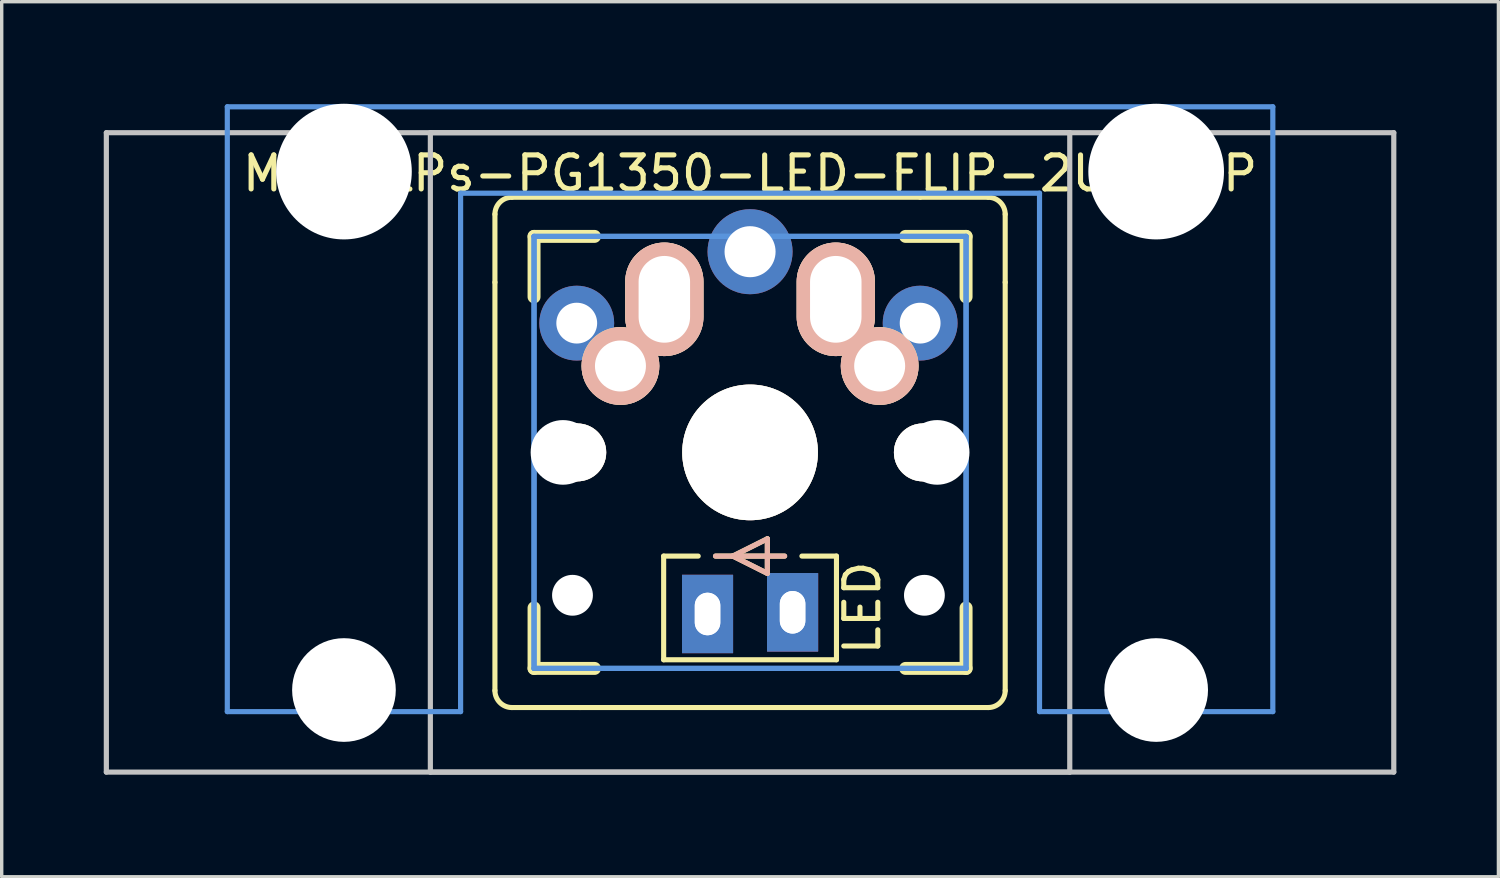
<source format=kicad_pcb>
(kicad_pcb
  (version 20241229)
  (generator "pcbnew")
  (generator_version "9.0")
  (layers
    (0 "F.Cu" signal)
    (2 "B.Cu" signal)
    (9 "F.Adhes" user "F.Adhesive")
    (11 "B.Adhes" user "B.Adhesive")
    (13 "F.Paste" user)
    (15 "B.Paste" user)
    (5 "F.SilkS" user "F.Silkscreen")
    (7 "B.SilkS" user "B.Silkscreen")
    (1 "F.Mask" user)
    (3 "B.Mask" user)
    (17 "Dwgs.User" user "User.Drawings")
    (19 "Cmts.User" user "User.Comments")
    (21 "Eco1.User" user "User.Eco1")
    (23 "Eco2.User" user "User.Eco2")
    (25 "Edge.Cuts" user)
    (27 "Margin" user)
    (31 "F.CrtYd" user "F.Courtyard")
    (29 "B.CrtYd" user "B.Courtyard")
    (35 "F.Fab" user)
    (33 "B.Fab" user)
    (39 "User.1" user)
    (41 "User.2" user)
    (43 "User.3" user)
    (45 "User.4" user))
  (footprint "MX-ALPs-PG1350-LED-FLIP-2U-FLIP"
    (layer "F.Cu")
    (at 18.999 10.249)
    (property "Reference" "MX-ALPs-PG1350-LED-FLIP-2U-FLIP" (at 0 -8.2 0) (layer "F.SilkS") (effects (font (size 1 1) (thickness 0.15))))
    (attr through_hole)
    (fp_line (start -7.5 -7) (end -7.5 -5) (stroke (width 0.15) (type solid)) (layer "F.SilkS"))
    (fp_line (start -7.5 7) (end -7.5 -5) (stroke (width 0.15) (type solid)) (layer "F.SilkS"))
    (fp_line (start -7 -7.5) (end 5 -7.5) (stroke (width 0.15) (type solid)) (layer "F.SilkS"))
    (fp_line (start -7 7.5) (end -5 7.5) (stroke (width 0.15) (type solid)) (layer "F.SilkS"))
    (fp_line (start -6.35 -6.35) (end -4.572 -6.35) (stroke (width 0.381) (type solid)) (layer "F.SilkS"))
    (fp_line (start -6.35 -4.572) (end -6.35 -6.35) (stroke (width 0.381) (type solid)) (layer "F.SilkS"))
    (fp_line (start -6.35 6.35) (end -6.35 4.572) (stroke (width 0.381) (type solid)) (layer "F.SilkS"))
    (fp_line (start -4.572 6.35) (end -6.35 6.35) (stroke (width 0.381) (type solid)) (layer "F.SilkS"))
    (fp_line (start -2.54 3.048) (end -2.54 6.096) (stroke (width 0.15) (type solid)) (layer "F.SilkS"))
    (fp_line (start -2.54 3.048) (end -1.524 3.048) (stroke (width 0.15) (type solid)) (layer "F.SilkS"))
    (fp_line (start -2.54 6.096) (end 2.54 6.096) (stroke (width 0.15) (type solid)) (layer "F.SilkS"))
    (fp_line (start -1.016 3.048) (end 1.016 3.048) (stroke (width 0.15) (type solid)) (layer "F.SilkS"))
    (fp_line (start -0.508 3.048) (end 0.508 2.54) (stroke (width 0.15) (type solid)) (layer "F.SilkS"))
    (fp_line (start 0.508 2.54) (end 0.508 3.556) (stroke (width 0.15) (type solid)) (layer "F.SilkS"))
    (fp_line (start 0.508 3.556) (end -0.508 3.048) (stroke (width 0.15) (type solid)) (layer "F.SilkS"))
    (fp_line (start 1.524 3.048) (end 2.54 3.048) (stroke (width 0.15) (type solid)) (layer "F.SilkS"))
    (fp_line (start 2.54 3.048) (end 2.54 6.096) (stroke (width 0.15) (type solid)) (layer "F.SilkS"))
    (fp_line (start 4.572 -6.35) (end 6.35 -6.35) (stroke (width 0.381) (type solid)) (layer "F.SilkS"))
    (fp_line (start 6.35 -6.35) (end 6.35 -4.572) (stroke (width 0.381) (type solid)) (layer "F.SilkS"))
    (fp_line (start 6.35 4.572) (end 6.35 6.35) (stroke (width 0.381) (type solid)) (layer "F.SilkS"))
    (fp_line (start 6.35 6.35) (end 4.572 6.35) (stroke (width 0.381) (type solid)) (layer "F.SilkS"))
    (fp_line (start 7 -7.5) (end 5 -7.5) (stroke (width 0.15) (type solid)) (layer "F.SilkS"))
    (fp_line (start 7 7.5) (end -5 7.5) (stroke (width 0.15) (type solid)) (layer "F.SilkS"))
    (fp_line (start 7.5 -7) (end 7.5 -5) (stroke (width 0.15) (type solid)) (layer "F.SilkS"))
    (fp_line (start 7.5 7) (end 7.5 -5) (stroke (width 0.15) (type solid)) (layer "F.SilkS"))
    (fp_arc (start -7.5 -7) (mid -7.353553 -7.353553) (end -7 -7.5) (stroke (width 0.15) (type solid)) (layer "F.SilkS"))
    (fp_arc (start -7 7.5) (mid -7.353553 7.353553) (end -7.5 7) (stroke (width 0.15) (type solid)) (layer "F.SilkS"))
    (fp_arc (start 7 -7.5) (mid 7.353553 -7.353553) (end 7.5 -7) (stroke (width 0.15) (type solid)) (layer "F.SilkS"))
    (fp_arc (start 7.5 7) (mid 7.353553 7.353553) (end 7 7.5) (stroke (width 0.15) (type solid)) (layer "F.SilkS"))
    (fp_line (start -1.016 3.048) (end 1.016 3.048) (stroke (width 0.15) (type solid)) (layer "B.SilkS"))
    (fp_line (start -0.508 3.048) (end 0.508 2.54) (stroke (width 0.15) (type solid)) (layer "B.SilkS"))
    (fp_line (start 0.508 2.54) (end 0.508 3.556) (stroke (width 0.15) (type solid)) (layer "B.SilkS"))
    (fp_line (start 0.508 3.556) (end -0.508 3.048) (stroke (width 0.15) (type solid)) (layer "B.SilkS"))
    (fp_line (start -18.923 -9.398) (end 18.923 -9.398) (stroke (width 0.152) (type solid)) (layer "Dwgs.User"))
    (fp_line (start -18.923 9.398) (end -18.923 -9.398) (stroke (width 0.152) (type solid)) (layer "Dwgs.User"))
    (fp_line (start -9.398 -9.398) (end 9.398 -9.398) (stroke (width 0.152) (type solid)) (layer "Dwgs.User"))
    (fp_line (start -9.398 9.398) (end -9.398 -9.398) (stroke (width 0.152) (type solid)) (layer "Dwgs.User"))
    (fp_line (start 9.398 -9.398) (end 9.398 9.398) (stroke (width 0.152) (type solid)) (layer "Dwgs.User"))
    (fp_line (start 9.398 9.398) (end -9.398 9.398) (stroke (width 0.152) (type solid)) (layer "Dwgs.User"))
    (fp_line (start 18.923 -9.398) (end 18.923 9.398) (stroke (width 0.152) (type solid)) (layer "Dwgs.User"))
    (fp_line (start 18.923 9.398) (end -18.923 9.398) (stroke (width 0.152) (type solid)) (layer "Dwgs.User"))
    (fp_line (start -15.367 -10.16) (end -15.367 7.62) (stroke (width 0.152) (type solid)) (layer "Cmts.User"))
    (fp_line (start -15.367 7.62) (end -8.509 7.62) (stroke (width 0.152) (type solid)) (layer "Cmts.User"))
    (fp_line (start -8.509 -7.62) (end 8.509 -7.62) (stroke (width 0.152) (type solid)) (layer "Cmts.User"))
    (fp_line (start -8.509 7.62) (end -8.509 -7.62) (stroke (width 0.152) (type solid)) (layer "Cmts.User"))
    (fp_line (start -6.35 -6.35) (end 6.35 -6.35) (stroke (width 0.152) (type solid)) (layer "Cmts.User"))
    (fp_line (start -6.35 -6.35) (end 6.35 -6.35) (stroke (width 0.152) (type solid)) (layer "Cmts.User"))
    (fp_line (start -6.35 6.35) (end -6.35 -6.35) (stroke (width 0.152) (type solid)) (layer "Cmts.User"))
    (fp_line (start -6.35 6.35) (end -6.35 -6.35) (stroke (width 0.152) (type solid)) (layer "Cmts.User"))
    (fp_line (start 6.35 -6.35) (end 6.35 6.35) (stroke (width 0.152) (type solid)) (layer "Cmts.User"))
    (fp_line (start 6.35 -6.35) (end 6.35 6.35) (stroke (width 0.152) (type solid)) (layer "Cmts.User"))
    (fp_line (start 6.35 6.35) (end -6.35 6.35) (stroke (width 0.152) (type solid)) (layer "Cmts.User"))
    (fp_line (start 6.35 6.35) (end -6.35 6.35) (stroke (width 0.152) (type solid)) (layer "Cmts.User"))
    (fp_line (start 8.509 -7.62) (end 8.509 7.62) (stroke (width 0.152) (type solid)) (layer "Cmts.User"))
    (fp_line (start 8.509 7.62) (end 15.367 7.62) (stroke (width 0.152) (type solid)) (layer "Cmts.User"))
    (fp_line (start 15.367 -10.16) (end -15.367 -10.16) (stroke (width 0.152) (type solid)) (layer "Cmts.User"))
    (fp_line (start 15.367 7.62) (end 15.367 -10.16) (stroke (width 0.152) (type solid)) (layer "Cmts.User"))
    (fp_line (start -16.129 -0.508) (end -15.265 -0.508) (stroke (width 0.152) (type solid)) (layer "Eco2.User"))
    (fp_line (start -16.129 2.286) (end -16.129 -0.508) (stroke (width 0.152) (type solid)) (layer "Eco2.User"))
    (fp_line (start -15.265 -6.604) (end -14.224 -6.604) (stroke (width 0.152) (type solid)) (layer "Eco2.User"))
    (fp_line (start -15.265 -0.508) (end -15.265 -6.604) (stroke (width 0.152) (type solid)) (layer "Eco2.User"))
    (fp_line (start -15.265 2.286) (end -16.129 2.286) (stroke (width 0.152) (type solid)) (layer "Eco2.User"))
    (fp_line (start -15.265 5.69) (end -15.265 2.286) (stroke (width 0.152) (type solid)) (layer "Eco2.User"))
    (fp_line (start -14.224 -7.772) (end -9.652 -7.772) (stroke (width 0.152) (type solid)) (layer "Eco2.User"))
    (fp_line (start -14.224 -6.604) (end -14.224 -7.772) (stroke (width 0.152) (type solid)) (layer "Eco2.User"))
    (fp_line (start -9.652 -7.772) (end -9.652 -6.604) (stroke (width 0.152) (type solid)) (layer "Eco2.User"))
    (fp_line (start -9.652 -6.604) (end -8.611 -6.604) (stroke (width 0.152) (type solid)) (layer "Eco2.User"))
    (fp_line (start -8.611 -6.604) (end -8.611 -5.817) (stroke (width 0.152) (type solid)) (layer "Eco2.User"))
    (fp_line (start -8.611 -5.817) (end -6.985 -5.817) (stroke (width 0.152) (type solid)) (layer "Eco2.User"))
    (fp_line (start -8.611 4.877) (end -8.611 5.69) (stroke (width 0.152) (type solid)) (layer "Eco2.User"))
    (fp_line (start -8.611 5.69) (end -15.265 5.69) (stroke (width 0.152) (type solid)) (layer "Eco2.User"))
    (fp_line (start -7.798 -6.005) (end -6.985 -6.005) (stroke (width 0.152) (type solid)) (layer "Eco2.User"))
    (fp_line (start -7.798 -2.504) (end -7.798 -6.005) (stroke (width 0.152) (type solid)) (layer "Eco2.User"))
    (fp_line (start -7.798 2.504) (end -6.985 2.504) (stroke (width 0.152) (type solid)) (layer "Eco2.User"))
    (fp_line (start -7.798 6.005) (end -7.798 2.504) (stroke (width 0.152) (type solid)) (layer "Eco2.User"))
    (fp_line (start -6.985 -6.985) (end 6.985 -6.985) (stroke (width 0.152) (type solid)) (layer "Eco2.User"))
    (fp_line (start -6.985 -6.985) (end 6.985 -6.985) (stroke (width 0.152) (type solid)) (layer "Eco2.User"))
    (fp_line (start -6.985 -6.005) (end -6.985 -6.985) (stroke (width 0.152) (type solid)) (layer "Eco2.User"))
    (fp_line (start -6.985 -5.817) (end -6.985 -6.985) (stroke (width 0.152) (type solid)) (layer "Eco2.User"))
    (fp_line (start -6.985 -2.504) (end -7.798 -2.504) (stroke (width 0.152) (type solid)) (layer "Eco2.User"))
    (fp_line (start -6.985 2.504) (end -6.985 -2.504) (stroke (width 0.152) (type solid)) (layer "Eco2.User"))
    (fp_line (start -6.985 4.877) (end -8.611 4.877) (stroke (width 0.152) (type solid)) (layer "Eco2.User"))
    (fp_line (start -6.985 6.005) (end -7.798 6.005) (stroke (width 0.152) (type solid)) (layer "Eco2.User"))
    (fp_line (start -6.985 6.985) (end -6.985 4.877) (stroke (width 0.152) (type solid)) (layer "Eco2.User"))
    (fp_line (start -6.985 6.985) (end -6.985 6.005) (stroke (width 0.152) (type solid)) (layer "Eco2.User"))
    (fp_line (start 6.985 -6.985) (end 6.985 -6.005) (stroke (width 0.152) (type solid)) (layer "Eco2.User"))
    (fp_line (start 6.985 -6.985) (end 6.985 -5.817) (stroke (width 0.152) (type solid)) (layer "Eco2.User"))
    (fp_line (start 6.985 -6.005) (end 7.798 -6.005) (stroke (width 0.152) (type solid)) (layer "Eco2.User"))
    (fp_line (start 6.985 -5.817) (end 8.611 -5.817) (stroke (width 0.152) (type solid)) (layer "Eco2.User"))
    (fp_line (start 6.985 -2.504) (end 6.985 2.504) (stroke (width 0.152) (type solid)) (layer "Eco2.User"))
    (fp_line (start 6.985 2.504) (end 7.798 2.504) (stroke (width 0.152) (type solid)) (layer "Eco2.User"))
    (fp_line (start 6.985 4.877) (end 6.985 6.985) (stroke (width 0.152) (type solid)) (layer "Eco2.User"))
    (fp_line (start 6.985 6.005) (end 6.985 6.985) (stroke (width 0.152) (type solid)) (layer "Eco2.User"))
    (fp_line (start 6.985 6.985) (end -6.985 6.985) (stroke (width 0.152) (type solid)) (layer "Eco2.User"))
    (fp_line (start 6.985 6.985) (end -6.985 6.985) (stroke (width 0.152) (type solid)) (layer "Eco2.User"))
    (fp_line (start 7.798 -6.005) (end 7.798 -2.504) (stroke (width 0.152) (type solid)) (layer "Eco2.User"))
    (fp_line (start 7.798 -2.504) (end 6.985 -2.504) (stroke (width 0.152) (type solid)) (layer "Eco2.User"))
    (fp_line (start 7.798 2.504) (end 7.798 6.005) (stroke (width 0.152) (type solid)) (layer "Eco2.User"))
    (fp_line (start 7.798 6.005) (end 6.985 6.005) (stroke (width 0.152) (type solid)) (layer "Eco2.User"))
    (fp_line (start 8.611 -6.604) (end 9.652 -6.604) (stroke (width 0.152) (type solid)) (layer "Eco2.User"))
    (fp_line (start 8.611 -5.817) (end 8.611 -6.604) (stroke (width 0.152) (type solid)) (layer "Eco2.User"))
    (fp_line (start 8.611 4.877) (end 6.985 4.877) (stroke (width 0.152) (type solid)) (layer "Eco2.User"))
    (fp_line (start 8.611 5.69) (end 8.611 4.877) (stroke (width 0.152) (type solid)) (layer "Eco2.User"))
    (fp_line (start 9.652 -7.772) (end 14.224 -7.772) (stroke (width 0.152) (type solid)) (layer "Eco2.User"))
    (fp_line (start 9.652 -6.604) (end 9.652 -7.772) (stroke (width 0.152) (type solid)) (layer "Eco2.User"))
    (fp_line (start 14.224 -7.772) (end 14.224 -6.604) (stroke (width 0.152) (type solid)) (layer "Eco2.User"))
    (fp_line (start 14.224 -6.604) (end 15.265 -6.604) (stroke (width 0.152) (type solid)) (layer "Eco2.User"))
    (fp_line (start 15.265 -6.604) (end 15.265 -0.508) (stroke (width 0.152) (type solid)) (layer "Eco2.User"))
    (fp_line (start 15.265 -0.508) (end 16.129 -0.508) (stroke (width 0.152) (type solid)) (layer "Eco2.User"))
    (fp_line (start 15.265 2.286) (end 15.265 5.69) (stroke (width 0.152) (type solid)) (layer "Eco2.User"))
    (fp_line (start 15.265 5.69) (end 8.611 5.69) (stroke (width 0.152) (type solid)) (layer "Eco2.User"))
    (fp_line (start 16.129 -0.508) (end 16.129 2.286) (stroke (width 0.152) (type solid)) (layer "Eco2.User"))
    (fp_line (start 16.129 2.286) (end 15.265 2.286) (stroke (width 0.152) (type solid)) (layer "Eco2.User"))
    (fp_text user "LED" (at 3.3 4.572 270) (layer "F.SilkS") (effects (font (size 1 1) (thickness 0.15))))
    (pad "" np_thru_hole circle (at -11.938 -8.255 180) (size 3.988 3.988) (drill 3.988) (layers "*.Cu"))
    (pad "" np_thru_hole circle (at -11.938 6.985 180) (size 3.048 3.048) (drill 3.048) (layers "*.Cu"))
    (pad "" np_thru_hole circle (at -5.5 0 270) (size 1.9 1.9) (drill 1.9) (layers "*.Cu" "*.Mask"))
    (pad "" np_thru_hole circle (at -5.22 4.2 270) (size 1.2 1.2) (drill 1.2) (layers "*.Cu" "*.Mask"))
    (pad "" np_thru_hole circle (at 0 0 270) (size 3.4 3.4) (drill 3.4) (layers "*.Cu" "*.Mask"))
    (pad "" np_thru_hole circle (at 5.125 4.2 270) (size 1.2 1.2) (drill 1.2) (layers "*.Cu" "*.Mask"))
    (pad "" np_thru_hole circle (at 5.5 0 270) (size 1.9 1.9) (drill 1.9) (layers "*.Cu" "*.Mask"))
    (pad "" np_thru_hole circle (at 11.938 -8.255 180) (size 3.988 3.988) (drill 3.988) (layers "*.Cu"))
    (pad "" np_thru_hole circle (at 11.938 6.985 180) (size 3.048 3.048) (drill 3.048) (layers "*.Cu"))
    (pad "1" thru_hole circle (at 0 -5.9 270) (size 2.5 2.5) (drill 1.5) (layers "*.Cu" "*.Mask"))
    (pad "1" thru_hole oval (at 2.52 -4.5) (size 2.3 3.337) (drill oval 1.513 2.55) (layers "*.Cu" "*.SilkS" "*.Mask"))
    (pad "1" thru_hole circle (at 3.81 -2.54) (size 2.286 2.286) (drill 1.499) (layers "*.Cu" "*.SilkS" "*.Mask"))
    (pad "1" thru_hole circle (at 5 -3.8 270) (size 2.2 2.2) (drill 1.2) (layers "*.Cu" "*.Mask"))
    (pad "2" thru_hole circle (at -5.095 -3.8 270) (size 2.2 2.2) (drill 1.2) (layers "*.Cu" "*.Mask"))
    (pad "2" thru_hole circle (at -3.81 -2.54) (size 2.286 2.286) (drill 1.499) (layers "*.Cu" "*.SilkS" "*.Mask"))
    (pad "2" thru_hole oval (at -2.52 -4.5) (size 2.3 3.337) (drill oval 1.513 2.55) (layers "*.Cu" "*.SilkS" "*.Mask"))
    (pad "3" thru_hole rect (at -1.25 4.75 270) (size 2.3 1.5) (drill oval 1.25 0.75) (layers "*.Cu" "*.Mask"))
    (pad "3" thru_hole rect (at -1.25 4.75 270) (size 2.3 1.5) (drill oval 1.25 0.75) (layers "*.Cu" "*.Mask"))
    (pad "4" thru_hole rect (at 1.25 4.7 270) (size 2.3 1.5) (drill oval 1.25 0.75) (layers "*.Cu" "*.Mask"))
    (pad "4" thru_hole rect (at 1.25 4.7 270) (size 2.3 1.5) (drill oval 1.25 0.75) (layers "*.Cu" "*.Mask"))
    (pad "HOLE" thru_hole circle (at -5.08 0) (size 1.702 1.702) (drill 1.702) (layers "*.Cu" "*.Mask" "F.SilkS"))
    (pad "HOLE" thru_hole circle (at 0 0) (size 3.988 3.988) (drill 3.988) (layers "*.Cu" "*.Mask" "F.SilkS"))
    (pad "HOLE" thru_hole circle (at 5.08 0) (size 1.702 1.702) (drill 1.702) (layers "*.Cu" "*.Mask" "F.SilkS")))
  (gr_rect
    (start -3 -3)
    (end 40.998 22.723)
    (stroke (width 0.1) (type default))
    (fill no)
    (layer "Edge.Cuts")))
</source>
